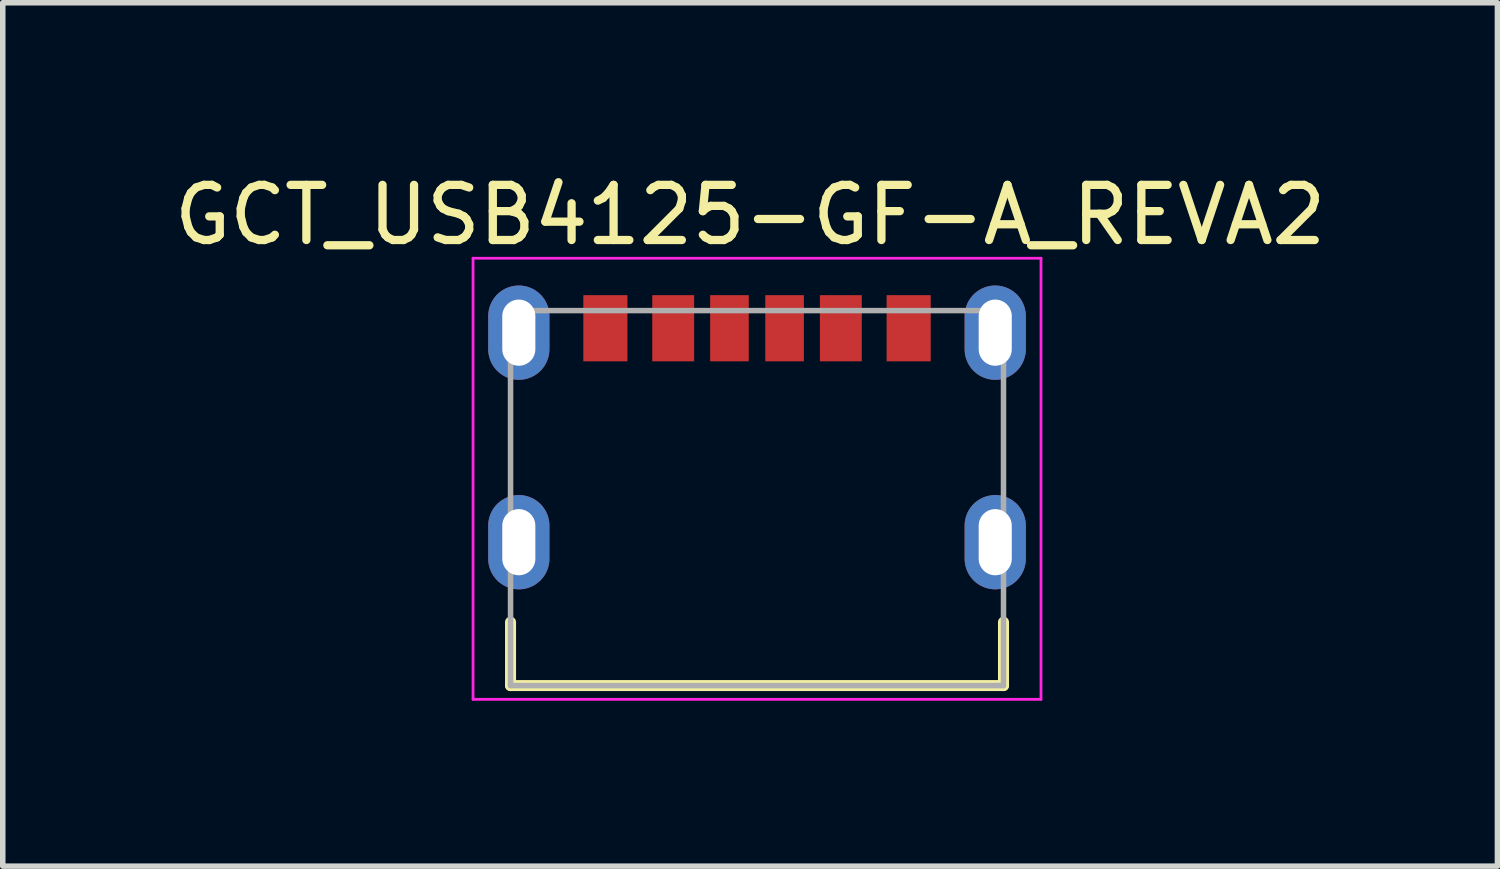
<source format=kicad_pcb>
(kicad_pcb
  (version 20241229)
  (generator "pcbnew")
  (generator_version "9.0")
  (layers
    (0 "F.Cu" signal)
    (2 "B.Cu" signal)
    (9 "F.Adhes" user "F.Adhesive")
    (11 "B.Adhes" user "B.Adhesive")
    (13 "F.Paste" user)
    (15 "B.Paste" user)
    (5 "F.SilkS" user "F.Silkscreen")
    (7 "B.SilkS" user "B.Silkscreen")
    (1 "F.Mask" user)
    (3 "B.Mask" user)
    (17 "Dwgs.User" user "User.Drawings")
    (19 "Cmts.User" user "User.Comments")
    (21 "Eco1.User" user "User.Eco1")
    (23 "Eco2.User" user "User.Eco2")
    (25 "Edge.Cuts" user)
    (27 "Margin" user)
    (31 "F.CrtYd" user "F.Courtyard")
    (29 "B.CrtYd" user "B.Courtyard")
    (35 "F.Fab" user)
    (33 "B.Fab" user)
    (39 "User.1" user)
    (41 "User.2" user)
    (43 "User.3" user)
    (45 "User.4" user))
  (footprint "GCT_USB4125-GF-A_REVA2"
    (layer "F.Cu")
    (at 10.679 5.983)
    (property "Reference" "GCT_USB4125-GF-A_REVA2" (at -0.125 -5.135 0) (layer "F.SilkS") (effects (font (size 1 1) (thickness 0.15))))
    (attr smd)
    (fp_poly (pts (xy -4.97 -3.3) (xy -4.97 -2.7) (xy -4.969 -2.666) (xy -4.966 -2.632) (xy -4.962 -2.598) (xy -4.956 -2.565) (xy -4.948 -2.532) (xy -4.938 -2.499) (xy -4.927 -2.467) (xy -4.914 -2.436) (xy -4.899 -2.405) (xy -4.883 -2.375) (xy -4.865 -2.346) (xy -4.846 -2.318) (xy -4.825 -2.291) (xy -4.803 -2.265) (xy -4.78 -2.24) (xy -4.755 -2.217) (xy -4.729 -2.195) (xy -4.702 -2.174) (xy -4.674 -2.155) (xy -4.645 -2.137) (xy -4.615 -2.121) (xy -4.584 -2.106) (xy -4.553 -2.093) (xy -4.521 -2.082) (xy -4.488 -2.072) (xy -4.455 -2.064) (xy -4.422 -2.058) (xy -4.388 -2.054) (xy -4.354 -2.051) (xy -4.32 -2.05) (xy -4.286 -2.051) (xy -4.252 -2.054) (xy -4.218 -2.058) (xy -4.185 -2.064) (xy -4.152 -2.072) (xy -4.119 -2.082) (xy -4.087 -2.093) (xy -4.056 -2.106) (xy -4.025 -2.121) (xy -3.995 -2.137) (xy -3.966 -2.155) (xy -3.938 -2.174) (xy -3.911 -2.195) (xy -3.885 -2.217) (xy -3.86 -2.24) (xy -3.837 -2.265) (xy -3.815 -2.291) (xy -3.794 -2.318) (xy -3.775 -2.346) (xy -3.757 -2.375) (xy -3.741 -2.405) (xy -3.726 -2.436) (xy -3.713 -2.467) (xy -3.702 -2.499) (xy -3.692 -2.532) (xy -3.684 -2.565) (xy -3.678 -2.598) (xy -3.674 -2.632) (xy -3.671 -2.666) (xy -3.67 -2.7) (xy -3.67 -3.3) (xy -3.671 -3.334) (xy -3.674 -3.368) (xy -3.678 -3.402) (xy -3.684 -3.435) (xy -3.692 -3.468) (xy -3.702 -3.501) (xy -3.713 -3.533) (xy -3.726 -3.564) (xy -3.741 -3.595) (xy -3.757 -3.625) (xy -3.775 -3.654) (xy -3.794 -3.682) (xy -3.815 -3.709) (xy -3.837 -3.735) (xy -3.86 -3.76) (xy -3.885 -3.783) (xy -3.911 -3.805) (xy -3.938 -3.826) (xy -3.966 -3.845) (xy -3.995 -3.863) (xy -4.025 -3.879) (xy -4.056 -3.894) (xy -4.087 -3.907) (xy -4.119 -3.918) (xy -4.152 -3.928) (xy -4.185 -3.936) (xy -4.218 -3.942) (xy -4.252 -3.946) (xy -4.286 -3.949) (xy -4.32 -3.95) (xy -4.354 -3.949) (xy -4.388 -3.946) (xy -4.422 -3.942) (xy -4.455 -3.936) (xy -4.488 -3.928) (xy -4.521 -3.918) (xy -4.553 -3.907) (xy -4.584 -3.894) (xy -4.615 -3.879) (xy -4.645 -3.863) (xy -4.674 -3.845) (xy -4.702 -3.826) (xy -4.729 -3.805) (xy -4.755 -3.783) (xy -4.78 -3.76) (xy -4.803 -3.735) (xy -4.825 -3.709) (xy -4.846 -3.682) (xy -4.865 -3.654) (xy -4.883 -3.625) (xy -4.899 -3.595) (xy -4.914 -3.564) (xy -4.927 -3.533) (xy -4.938 -3.501) (xy -4.948 -3.468) (xy -4.956 -3.435) (xy -4.962 -3.402) (xy -4.966 -3.368) (xy -4.969 -3.334) (xy -4.97 -3.3)) (stroke (width 0.01) (type solid)) (fill yes) (layer "F.Mask"))
    (fp_poly (pts (xy -4.97 0.5) (xy -4.97 1.1) (xy -4.969 1.134) (xy -4.966 1.168) (xy -4.962 1.202) (xy -4.956 1.235) (xy -4.948 1.268) (xy -4.938 1.301) (xy -4.927 1.333) (xy -4.914 1.364) (xy -4.899 1.395) (xy -4.883 1.425) (xy -4.865 1.454) (xy -4.846 1.482) (xy -4.825 1.509) (xy -4.803 1.535) (xy -4.78 1.56) (xy -4.755 1.583) (xy -4.729 1.605) (xy -4.702 1.626) (xy -4.674 1.645) (xy -4.645 1.663) (xy -4.615 1.679) (xy -4.584 1.694) (xy -4.553 1.707) (xy -4.521 1.718) (xy -4.488 1.728) (xy -4.455 1.736) (xy -4.422 1.742) (xy -4.388 1.746) (xy -4.354 1.749) (xy -4.32 1.75) (xy -4.286 1.749) (xy -4.252 1.746) (xy -4.218 1.742) (xy -4.185 1.736) (xy -4.152 1.728) (xy -4.119 1.718) (xy -4.087 1.707) (xy -4.056 1.694) (xy -4.025 1.679) (xy -3.995 1.663) (xy -3.966 1.645) (xy -3.938 1.626) (xy -3.911 1.605) (xy -3.885 1.583) (xy -3.86 1.56) (xy -3.837 1.535) (xy -3.815 1.509) (xy -3.794 1.482) (xy -3.775 1.454) (xy -3.757 1.425) (xy -3.741 1.395) (xy -3.726 1.364) (xy -3.713 1.333) (xy -3.702 1.301) (xy -3.692 1.268) (xy -3.684 1.235) (xy -3.678 1.202) (xy -3.674 1.168) (xy -3.671 1.134) (xy -3.67 1.1) (xy -3.67 0.5) (xy -3.671 0.466) (xy -3.674 0.432) (xy -3.678 0.398) (xy -3.684 0.365) (xy -3.692 0.332) (xy -3.702 0.299) (xy -3.713 0.267) (xy -3.726 0.236) (xy -3.741 0.205) (xy -3.757 0.175) (xy -3.775 0.146) (xy -3.794 0.118) (xy -3.815 0.091) (xy -3.837 0.065) (xy -3.86 0.04) (xy -3.885 0.017) (xy -3.911 -0.005) (xy -3.938 -0.026) (xy -3.966 -0.045) (xy -3.995 -0.063) (xy -4.025 -0.079) (xy -4.056 -0.094) (xy -4.087 -0.107) (xy -4.119 -0.118) (xy -4.152 -0.128) (xy -4.185 -0.136) (xy -4.218 -0.142) (xy -4.252 -0.146) (xy -4.286 -0.149) (xy -4.32 -0.15) (xy -4.354 -0.149) (xy -4.388 -0.146) (xy -4.422 -0.142) (xy -4.455 -0.136) (xy -4.488 -0.128) (xy -4.521 -0.118) (xy -4.553 -0.107) (xy -4.584 -0.094) (xy -4.615 -0.079) (xy -4.645 -0.063) (xy -4.674 -0.045) (xy -4.702 -0.026) (xy -4.729 -0.005) (xy -4.755 0.017) (xy -4.78 0.04) (xy -4.803 0.065) (xy -4.825 0.091) (xy -4.846 0.118) (xy -4.865 0.146) (xy -4.883 0.175) (xy -4.899 0.205) (xy -4.914 0.236) (xy -4.927 0.267) (xy -4.938 0.299) (xy -4.948 0.332) (xy -4.956 0.365) (xy -4.962 0.398) (xy -4.966 0.432) (xy -4.969 0.466) (xy -4.97 0.5)) (stroke (width 0.01) (type solid)) (fill yes) (layer "F.Mask"))
    (fp_poly (pts (xy 3.67 -3.3) (xy 3.67 -2.7) (xy 3.671 -2.666) (xy 3.674 -2.632) (xy 3.678 -2.598) (xy 3.684 -2.565) (xy 3.692 -2.532) (xy 3.702 -2.499) (xy 3.713 -2.467) (xy 3.726 -2.436) (xy 3.741 -2.405) (xy 3.757 -2.375) (xy 3.775 -2.346) (xy 3.794 -2.318) (xy 3.815 -2.291) (xy 3.837 -2.265) (xy 3.86 -2.24) (xy 3.885 -2.217) (xy 3.911 -2.195) (xy 3.938 -2.174) (xy 3.966 -2.155) (xy 3.995 -2.137) (xy 4.025 -2.121) (xy 4.056 -2.106) (xy 4.087 -2.093) (xy 4.119 -2.082) (xy 4.152 -2.072) (xy 4.185 -2.064) (xy 4.218 -2.058) (xy 4.252 -2.054) (xy 4.286 -2.051) (xy 4.32 -2.05) (xy 4.354 -2.051) (xy 4.388 -2.054) (xy 4.422 -2.058) (xy 4.455 -2.064) (xy 4.488 -2.072) (xy 4.521 -2.082) (xy 4.553 -2.093) (xy 4.584 -2.106) (xy 4.615 -2.121) (xy 4.645 -2.137) (xy 4.674 -2.155) (xy 4.702 -2.174) (xy 4.729 -2.195) (xy 4.755 -2.217) (xy 4.78 -2.24) (xy 4.803 -2.265) (xy 4.825 -2.291) (xy 4.846 -2.318) (xy 4.865 -2.346) (xy 4.883 -2.375) (xy 4.899 -2.405) (xy 4.914 -2.436) (xy 4.927 -2.467) (xy 4.938 -2.499) (xy 4.948 -2.532) (xy 4.956 -2.565) (xy 4.962 -2.598) (xy 4.966 -2.632) (xy 4.969 -2.666) (xy 4.97 -2.7) (xy 4.97 -3.3) (xy 4.969 -3.334) (xy 4.966 -3.368) (xy 4.962 -3.402) (xy 4.956 -3.435) (xy 4.948 -3.468) (xy 4.938 -3.501) (xy 4.927 -3.533) (xy 4.914 -3.564) (xy 4.899 -3.595) (xy 4.883 -3.625) (xy 4.865 -3.654) (xy 4.846 -3.682) (xy 4.825 -3.709) (xy 4.803 -3.735) (xy 4.78 -3.76) (xy 4.755 -3.783) (xy 4.729 -3.805) (xy 4.702 -3.826) (xy 4.674 -3.845) (xy 4.645 -3.863) (xy 4.615 -3.879) (xy 4.584 -3.894) (xy 4.553 -3.907) (xy 4.521 -3.918) (xy 4.488 -3.928) (xy 4.455 -3.936) (xy 4.422 -3.942) (xy 4.388 -3.946) (xy 4.354 -3.949) (xy 4.32 -3.95) (xy 4.286 -3.949) (xy 4.252 -3.946) (xy 4.218 -3.942) (xy 4.185 -3.936) (xy 4.152 -3.928) (xy 4.119 -3.918) (xy 4.087 -3.907) (xy 4.056 -3.894) (xy 4.025 -3.879) (xy 3.995 -3.863) (xy 3.966 -3.845) (xy 3.938 -3.826) (xy 3.911 -3.805) (xy 3.885 -3.783) (xy 3.86 -3.76) (xy 3.837 -3.735) (xy 3.815 -3.709) (xy 3.794 -3.682) (xy 3.775 -3.654) (xy 3.757 -3.625) (xy 3.741 -3.595) (xy 3.726 -3.564) (xy 3.713 -3.533) (xy 3.702 -3.501) (xy 3.692 -3.468) (xy 3.684 -3.435) (xy 3.678 -3.402) (xy 3.674 -3.368) (xy 3.671 -3.334) (xy 3.67 -3.3)) (stroke (width 0.01) (type solid)) (fill yes) (layer "F.Mask"))
    (fp_poly (pts (xy 3.67 0.5) (xy 3.67 1.1) (xy 3.671 1.134) (xy 3.674 1.168) (xy 3.678 1.202) (xy 3.684 1.235) (xy 3.692 1.268) (xy 3.702 1.301) (xy 3.713 1.333) (xy 3.726 1.364) (xy 3.741 1.395) (xy 3.757 1.425) (xy 3.775 1.454) (xy 3.794 1.482) (xy 3.815 1.509) (xy 3.837 1.535) (xy 3.86 1.56) (xy 3.885 1.583) (xy 3.911 1.605) (xy 3.938 1.626) (xy 3.966 1.645) (xy 3.995 1.663) (xy 4.025 1.679) (xy 4.056 1.694) (xy 4.087 1.707) (xy 4.119 1.718) (xy 4.152 1.728) (xy 4.185 1.736) (xy 4.218 1.742) (xy 4.252 1.746) (xy 4.286 1.749) (xy 4.32 1.75) (xy 4.354 1.749) (xy 4.388 1.746) (xy 4.422 1.742) (xy 4.455 1.736) (xy 4.488 1.728) (xy 4.521 1.718) (xy 4.553 1.707) (xy 4.584 1.694) (xy 4.615 1.679) (xy 4.645 1.663) (xy 4.674 1.645) (xy 4.702 1.626) (xy 4.729 1.605) (xy 4.755 1.583) (xy 4.78 1.56) (xy 4.803 1.535) (xy 4.825 1.509) (xy 4.846 1.482) (xy 4.865 1.454) (xy 4.883 1.425) (xy 4.899 1.395) (xy 4.914 1.364) (xy 4.927 1.333) (xy 4.938 1.301) (xy 4.948 1.268) (xy 4.956 1.235) (xy 4.962 1.202) (xy 4.966 1.168) (xy 4.969 1.134) (xy 4.97 1.1) (xy 4.97 0.5) (xy 4.969 0.466) (xy 4.966 0.432) (xy 4.962 0.398) (xy 4.956 0.365) (xy 4.948 0.332) (xy 4.938 0.299) (xy 4.927 0.267) (xy 4.914 0.236) (xy 4.899 0.205) (xy 4.883 0.175) (xy 4.865 0.146) (xy 4.846 0.118) (xy 4.825 0.091) (xy 4.803 0.065) (xy 4.78 0.04) (xy 4.755 0.017) (xy 4.729 -0.005) (xy 4.702 -0.026) (xy 4.674 -0.045) (xy 4.645 -0.063) (xy 4.615 -0.079) (xy 4.584 -0.094) (xy 4.553 -0.107) (xy 4.521 -0.118) (xy 4.488 -0.128) (xy 4.455 -0.136) (xy 4.422 -0.142) (xy 4.388 -0.146) (xy 4.354 -0.149) (xy 4.32 -0.15) (xy 4.286 -0.149) (xy 4.252 -0.146) (xy 4.218 -0.142) (xy 4.185 -0.136) (xy 4.152 -0.128) (xy 4.119 -0.118) (xy 4.087 -0.107) (xy 4.056 -0.094) (xy 4.025 -0.079) (xy 3.995 -0.063) (xy 3.966 -0.045) (xy 3.938 -0.026) (xy 3.911 -0.005) (xy 3.885 0.017) (xy 3.86 0.04) (xy 3.837 0.065) (xy 3.815 0.091) (xy 3.794 0.118) (xy 3.775 0.146) (xy 3.757 0.175) (xy 3.741 0.205) (xy 3.726 0.236) (xy 3.713 0.267) (xy 3.702 0.299) (xy 3.692 0.332) (xy 3.684 0.365) (xy 3.678 0.398) (xy 3.674 0.432) (xy 3.671 0.466) (xy 3.67 0.5)) (stroke (width 0.01) (type solid)) (fill yes) (layer "F.Mask"))
    (fp_poly (pts (xy -4.97 -3.3) (xy -4.97 -2.7) (xy -4.969 -2.666) (xy -4.966 -2.632) (xy -4.962 -2.598) (xy -4.956 -2.565) (xy -4.948 -2.532) (xy -4.938 -2.499) (xy -4.927 -2.467) (xy -4.914 -2.436) (xy -4.899 -2.405) (xy -4.883 -2.375) (xy -4.865 -2.346) (xy -4.846 -2.318) (xy -4.825 -2.291) (xy -4.803 -2.265) (xy -4.78 -2.24) (xy -4.755 -2.217) (xy -4.729 -2.195) (xy -4.702 -2.174) (xy -4.674 -2.155) (xy -4.645 -2.137) (xy -4.615 -2.121) (xy -4.584 -2.106) (xy -4.553 -2.093) (xy -4.521 -2.082) (xy -4.488 -2.072) (xy -4.455 -2.064) (xy -4.422 -2.058) (xy -4.388 -2.054) (xy -4.354 -2.051) (xy -4.32 -2.05) (xy -4.286 -2.051) (xy -4.252 -2.054) (xy -4.218 -2.058) (xy -4.185 -2.064) (xy -4.152 -2.072) (xy -4.119 -2.082) (xy -4.087 -2.093) (xy -4.056 -2.106) (xy -4.025 -2.121) (xy -3.995 -2.137) (xy -3.966 -2.155) (xy -3.938 -2.174) (xy -3.911 -2.195) (xy -3.885 -2.217) (xy -3.86 -2.24) (xy -3.837 -2.265) (xy -3.815 -2.291) (xy -3.794 -2.318) (xy -3.775 -2.346) (xy -3.757 -2.375) (xy -3.741 -2.405) (xy -3.726 -2.436) (xy -3.713 -2.467) (xy -3.702 -2.499) (xy -3.692 -2.532) (xy -3.684 -2.565) (xy -3.678 -2.598) (xy -3.674 -2.632) (xy -3.671 -2.666) (xy -3.67 -2.7) (xy -3.67 -3.3) (xy -3.671 -3.334) (xy -3.674 -3.368) (xy -3.678 -3.402) (xy -3.684 -3.435) (xy -3.692 -3.468) (xy -3.702 -3.501) (xy -3.713 -3.533) (xy -3.726 -3.564) (xy -3.741 -3.595) (xy -3.757 -3.625) (xy -3.775 -3.654) (xy -3.794 -3.682) (xy -3.815 -3.709) (xy -3.837 -3.735) (xy -3.86 -3.76) (xy -3.885 -3.783) (xy -3.911 -3.805) (xy -3.938 -3.826) (xy -3.966 -3.845) (xy -3.995 -3.863) (xy -4.025 -3.879) (xy -4.056 -3.894) (xy -4.087 -3.907) (xy -4.119 -3.918) (xy -4.152 -3.928) (xy -4.185 -3.936) (xy -4.218 -3.942) (xy -4.252 -3.946) (xy -4.286 -3.949) (xy -4.32 -3.95) (xy -4.354 -3.949) (xy -4.388 -3.946) (xy -4.422 -3.942) (xy -4.455 -3.936) (xy -4.488 -3.928) (xy -4.521 -3.918) (xy -4.553 -3.907) (xy -4.584 -3.894) (xy -4.615 -3.879) (xy -4.645 -3.863) (xy -4.674 -3.845) (xy -4.702 -3.826) (xy -4.729 -3.805) (xy -4.755 -3.783) (xy -4.78 -3.76) (xy -4.803 -3.735) (xy -4.825 -3.709) (xy -4.846 -3.682) (xy -4.865 -3.654) (xy -4.883 -3.625) (xy -4.899 -3.595) (xy -4.914 -3.564) (xy -4.927 -3.533) (xy -4.938 -3.501) (xy -4.948 -3.468) (xy -4.956 -3.435) (xy -4.962 -3.402) (xy -4.966 -3.368) (xy -4.969 -3.334) (xy -4.97 -3.3)) (stroke (width 0.01) (type solid)) (fill yes) (layer "B.Mask"))
    (fp_poly (pts (xy -4.97 0.5) (xy -4.97 1.1) (xy -4.969 1.134) (xy -4.966 1.168) (xy -4.962 1.202) (xy -4.956 1.235) (xy -4.948 1.268) (xy -4.938 1.301) (xy -4.927 1.333) (xy -4.914 1.364) (xy -4.899 1.395) (xy -4.883 1.425) (xy -4.865 1.454) (xy -4.846 1.482) (xy -4.825 1.509) (xy -4.803 1.535) (xy -4.78 1.56) (xy -4.755 1.583) (xy -4.729 1.605) (xy -4.702 1.626) (xy -4.674 1.645) (xy -4.645 1.663) (xy -4.615 1.679) (xy -4.584 1.694) (xy -4.553 1.707) (xy -4.521 1.718) (xy -4.488 1.728) (xy -4.455 1.736) (xy -4.422 1.742) (xy -4.388 1.746) (xy -4.354 1.749) (xy -4.32 1.75) (xy -4.286 1.749) (xy -4.252 1.746) (xy -4.218 1.742) (xy -4.185 1.736) (xy -4.152 1.728) (xy -4.119 1.718) (xy -4.087 1.707) (xy -4.056 1.694) (xy -4.025 1.679) (xy -3.995 1.663) (xy -3.966 1.645) (xy -3.938 1.626) (xy -3.911 1.605) (xy -3.885 1.583) (xy -3.86 1.56) (xy -3.837 1.535) (xy -3.815 1.509) (xy -3.794 1.482) (xy -3.775 1.454) (xy -3.757 1.425) (xy -3.741 1.395) (xy -3.726 1.364) (xy -3.713 1.333) (xy -3.702 1.301) (xy -3.692 1.268) (xy -3.684 1.235) (xy -3.678 1.202) (xy -3.674 1.168) (xy -3.671 1.134) (xy -3.67 1.1) (xy -3.67 0.5) (xy -3.671 0.466) (xy -3.674 0.432) (xy -3.678 0.398) (xy -3.684 0.365) (xy -3.692 0.332) (xy -3.702 0.299) (xy -3.713 0.267) (xy -3.726 0.236) (xy -3.741 0.205) (xy -3.757 0.175) (xy -3.775 0.146) (xy -3.794 0.118) (xy -3.815 0.091) (xy -3.837 0.065) (xy -3.86 0.04) (xy -3.885 0.017) (xy -3.911 -0.005) (xy -3.938 -0.026) (xy -3.966 -0.045) (xy -3.995 -0.063) (xy -4.025 -0.079) (xy -4.056 -0.094) (xy -4.087 -0.107) (xy -4.119 -0.118) (xy -4.152 -0.128) (xy -4.185 -0.136) (xy -4.218 -0.142) (xy -4.252 -0.146) (xy -4.286 -0.149) (xy -4.32 -0.15) (xy -4.354 -0.149) (xy -4.388 -0.146) (xy -4.422 -0.142) (xy -4.455 -0.136) (xy -4.488 -0.128) (xy -4.521 -0.118) (xy -4.553 -0.107) (xy -4.584 -0.094) (xy -4.615 -0.079) (xy -4.645 -0.063) (xy -4.674 -0.045) (xy -4.702 -0.026) (xy -4.729 -0.005) (xy -4.755 0.017) (xy -4.78 0.04) (xy -4.803 0.065) (xy -4.825 0.091) (xy -4.846 0.118) (xy -4.865 0.146) (xy -4.883 0.175) (xy -4.899 0.205) (xy -4.914 0.236) (xy -4.927 0.267) (xy -4.938 0.299) (xy -4.948 0.332) (xy -4.956 0.365) (xy -4.962 0.398) (xy -4.966 0.432) (xy -4.969 0.466) (xy -4.97 0.5)) (stroke (width 0.01) (type solid)) (fill yes) (layer "B.Mask"))
    (fp_poly (pts (xy 3.67 -3.3) (xy 3.67 -2.7) (xy 3.671 -2.666) (xy 3.674 -2.632) (xy 3.678 -2.598) (xy 3.684 -2.565) (xy 3.692 -2.532) (xy 3.702 -2.499) (xy 3.713 -2.467) (xy 3.726 -2.436) (xy 3.741 -2.405) (xy 3.757 -2.375) (xy 3.775 -2.346) (xy 3.794 -2.318) (xy 3.815 -2.291) (xy 3.837 -2.265) (xy 3.86 -2.24) (xy 3.885 -2.217) (xy 3.911 -2.195) (xy 3.938 -2.174) (xy 3.966 -2.155) (xy 3.995 -2.137) (xy 4.025 -2.121) (xy 4.056 -2.106) (xy 4.087 -2.093) (xy 4.119 -2.082) (xy 4.152 -2.072) (xy 4.185 -2.064) (xy 4.218 -2.058) (xy 4.252 -2.054) (xy 4.286 -2.051) (xy 4.32 -2.05) (xy 4.354 -2.051) (xy 4.388 -2.054) (xy 4.422 -2.058) (xy 4.455 -2.064) (xy 4.488 -2.072) (xy 4.521 -2.082) (xy 4.553 -2.093) (xy 4.584 -2.106) (xy 4.615 -2.121) (xy 4.645 -2.137) (xy 4.674 -2.155) (xy 4.702 -2.174) (xy 4.729 -2.195) (xy 4.755 -2.217) (xy 4.78 -2.24) (xy 4.803 -2.265) (xy 4.825 -2.291) (xy 4.846 -2.318) (xy 4.865 -2.346) (xy 4.883 -2.375) (xy 4.899 -2.405) (xy 4.914 -2.436) (xy 4.927 -2.467) (xy 4.938 -2.499) (xy 4.948 -2.532) (xy 4.956 -2.565) (xy 4.962 -2.598) (xy 4.966 -2.632) (xy 4.969 -2.666) (xy 4.97 -2.7) (xy 4.97 -3.3) (xy 4.969 -3.334) (xy 4.966 -3.368) (xy 4.962 -3.402) (xy 4.956 -3.435) (xy 4.948 -3.468) (xy 4.938 -3.501) (xy 4.927 -3.533) (xy 4.914 -3.564) (xy 4.899 -3.595) (xy 4.883 -3.625) (xy 4.865 -3.654) (xy 4.846 -3.682) (xy 4.825 -3.709) (xy 4.803 -3.735) (xy 4.78 -3.76) (xy 4.755 -3.783) (xy 4.729 -3.805) (xy 4.702 -3.826) (xy 4.674 -3.845) (xy 4.645 -3.863) (xy 4.615 -3.879) (xy 4.584 -3.894) (xy 4.553 -3.907) (xy 4.521 -3.918) (xy 4.488 -3.928) (xy 4.455 -3.936) (xy 4.422 -3.942) (xy 4.388 -3.946) (xy 4.354 -3.949) (xy 4.32 -3.95) (xy 4.286 -3.949) (xy 4.252 -3.946) (xy 4.218 -3.942) (xy 4.185 -3.936) (xy 4.152 -3.928) (xy 4.119 -3.918) (xy 4.087 -3.907) (xy 4.056 -3.894) (xy 4.025 -3.879) (xy 3.995 -3.863) (xy 3.966 -3.845) (xy 3.938 -3.826) (xy 3.911 -3.805) (xy 3.885 -3.783) (xy 3.86 -3.76) (xy 3.837 -3.735) (xy 3.815 -3.709) (xy 3.794 -3.682) (xy 3.775 -3.654) (xy 3.757 -3.625) (xy 3.741 -3.595) (xy 3.726 -3.564) (xy 3.713 -3.533) (xy 3.702 -3.501) (xy 3.692 -3.468) (xy 3.684 -3.435) (xy 3.678 -3.402) (xy 3.674 -3.368) (xy 3.671 -3.334) (xy 3.67 -3.3)) (stroke (width 0.01) (type solid)) (fill yes) (layer "B.Mask"))
    (fp_poly (pts (xy 3.67 0.5) (xy 3.67 1.1) (xy 3.671 1.134) (xy 3.674 1.168) (xy 3.678 1.202) (xy 3.684 1.235) (xy 3.692 1.268) (xy 3.702 1.301) (xy 3.713 1.333) (xy 3.726 1.364) (xy 3.741 1.395) (xy 3.757 1.425) (xy 3.775 1.454) (xy 3.794 1.482) (xy 3.815 1.509) (xy 3.837 1.535) (xy 3.86 1.56) (xy 3.885 1.583) (xy 3.911 1.605) (xy 3.938 1.626) (xy 3.966 1.645) (xy 3.995 1.663) (xy 4.025 1.679) (xy 4.056 1.694) (xy 4.087 1.707) (xy 4.119 1.718) (xy 4.152 1.728) (xy 4.185 1.736) (xy 4.218 1.742) (xy 4.252 1.746) (xy 4.286 1.749) (xy 4.32 1.75) (xy 4.354 1.749) (xy 4.388 1.746) (xy 4.422 1.742) (xy 4.455 1.736) (xy 4.488 1.728) (xy 4.521 1.718) (xy 4.553 1.707) (xy 4.584 1.694) (xy 4.615 1.679) (xy 4.645 1.663) (xy 4.674 1.645) (xy 4.702 1.626) (xy 4.729 1.605) (xy 4.755 1.583) (xy 4.78 1.56) (xy 4.803 1.535) (xy 4.825 1.509) (xy 4.846 1.482) (xy 4.865 1.454) (xy 4.883 1.425) (xy 4.899 1.395) (xy 4.914 1.364) (xy 4.927 1.333) (xy 4.938 1.301) (xy 4.948 1.268) (xy 4.956 1.235) (xy 4.962 1.202) (xy 4.966 1.168) (xy 4.969 1.134) (xy 4.97 1.1) (xy 4.97 0.5) (xy 4.969 0.466) (xy 4.966 0.432) (xy 4.962 0.398) (xy 4.956 0.365) (xy 4.948 0.332) (xy 4.938 0.299) (xy 4.927 0.267) (xy 4.914 0.236) (xy 4.899 0.205) (xy 4.883 0.175) (xy 4.865 0.146) (xy 4.846 0.118) (xy 4.825 0.091) (xy 4.803 0.065) (xy 4.78 0.04) (xy 4.755 0.017) (xy 4.729 -0.005) (xy 4.702 -0.026) (xy 4.674 -0.045) (xy 4.645 -0.063) (xy 4.615 -0.079) (xy 4.584 -0.094) (xy 4.553 -0.107) (xy 4.521 -0.118) (xy 4.488 -0.128) (xy 4.455 -0.136) (xy 4.422 -0.142) (xy 4.388 -0.146) (xy 4.354 -0.149) (xy 4.32 -0.15) (xy 4.286 -0.149) (xy 4.252 -0.146) (xy 4.218 -0.142) (xy 4.185 -0.136) (xy 4.152 -0.128) (xy 4.119 -0.118) (xy 4.087 -0.107) (xy 4.056 -0.094) (xy 4.025 -0.079) (xy 3.995 -0.063) (xy 3.966 -0.045) (xy 3.938 -0.026) (xy 3.911 -0.005) (xy 3.885 0.017) (xy 3.86 0.04) (xy 3.837 0.065) (xy 3.815 0.091) (xy 3.794 0.118) (xy 3.775 0.146) (xy 3.757 0.175) (xy 3.741 0.205) (xy 3.726 0.236) (xy 3.713 0.267) (xy 3.702 0.299) (xy 3.692 0.332) (xy 3.684 0.365) (xy 3.678 0.398) (xy 3.674 0.432) (xy 3.671 0.466) (xy 3.67 0.5)) (stroke (width 0.01) (type solid)) (fill yes) (layer "B.Mask"))
    (fp_line (start -4.47 2.25) (end -4.47 3.4) (stroke (width 0.2) (type solid)) (layer "F.SilkS"))
    (fp_line (start -4.47 3.4) (end 4.47 3.4) (stroke (width 0.2) (type solid)) (layer "F.SilkS"))
    (fp_line (start 4.47 3.4) (end 4.47 2.25) (stroke (width 0.2) (type solid)) (layer "F.SilkS"))
    (fp_line (start -5.15 -4.35) (end 5.15 -4.35) (stroke (width 0.05) (type solid)) (layer "F.CrtYd"))
    (fp_line (start -5.15 3.65) (end -5.15 -4.35) (stroke (width 0.05) (type solid)) (layer "F.CrtYd"))
    (fp_line (start 5.15 -4.35) (end 5.15 3.65) (stroke (width 0.05) (type solid)) (layer "F.CrtYd"))
    (fp_line (start 5.15 3.65) (end -5.15 3.65) (stroke (width 0.05) (type solid)) (layer "F.CrtYd"))
    (fp_line (start -4.47 -3.4) (end 4.47 -3.4) (stroke (width 0.1) (type solid)) (layer "F.Fab"))
    (fp_line (start -4.47 3.4) (end -4.47 -3.4) (stroke (width 0.1) (type solid)) (layer "F.Fab"))
    (fp_line (start 4.47 -3.4) (end 4.47 3.4) (stroke (width 0.1) (type solid)) (layer "F.Fab"))
    (fp_line (start 4.47 3.4) (end -4.47 3.4) (stroke (width 0.1) (type solid)) (layer "F.Fab"))
    (pad "A5" smd rect (at -0.5 -3.08) (size 0.7 1.2) (layers "F.Cu" "F.Mask" "F.Paste"))
    (pad "A9" smd rect (at 1.52 -3.08) (size 0.76 1.2) (layers "F.Cu" "F.Mask" "F.Paste"))
    (pad "A12" smd rect (at 2.75 -3.08) (size 0.8 1.2) (layers "F.Cu" "F.Mask" "F.Paste"))
    (pad "B5" smd rect (at 0.5 -3.08) (size 0.7 1.2) (layers "F.Cu" "F.Mask" "F.Paste"))
    (pad "B9" smd rect (at -1.52 -3.08) (size 0.76 1.2) (layers "F.Cu" "F.Mask" "F.Paste"))
    (pad "B12" smd rect (at -2.75 -3.08) (size 0.8 1.2) (layers "F.Cu" "F.Mask" "F.Paste"))
    (pad "S1" thru_hole custom (at -4.32 -3) (size 0.8 1.6) (drill oval 0.6 1.2) (layers "*.Cu") (options (anchor circle)) (primitives (gr_poly (pts (xy -0.55 -0.3) (xy -0.55 0.3) (xy -0.549 0.329) (xy -0.547 0.357) (xy -0.543 0.386) (xy -0.538 0.414) (xy -0.531 0.442) (xy -0.523 0.47) (xy -0.513 0.497) (xy -0.502 0.524) (xy -0.49 0.55) (xy -0.476 0.575) (xy -0.461 0.6) (xy -0.445 0.623) (xy -0.427 0.646) (xy -0.409 0.668) (xy -0.389 0.689) (xy -0.368 0.709) (xy -0.346 0.727) (xy -0.323 0.745) (xy -0.3 0.761) (xy -0.275 0.776) (xy -0.25 0.79) (xy -0.224 0.802) (xy -0.197 0.813) (xy -0.17 0.823) (xy -0.142 0.831) (xy -0.114 0.838) (xy -0.086 0.843) (xy -0.057 0.847) (xy -0.029 0.849) (xy 0 0.85) (xy 0.029 0.849) (xy 0.057 0.847) (xy 0.086 0.843) (xy 0.114 0.838) (xy 0.142 0.831) (xy 0.17 0.823) (xy 0.197 0.813) (xy 0.224 0.802) (xy 0.25 0.79) (xy 0.275 0.776) (xy 0.3 0.761) (xy 0.323 0.745) (xy 0.346 0.727) (xy 0.368 0.709) (xy 0.389 0.689) (xy 0.409 0.668) (xy 0.427 0.646) (xy 0.445 0.623) (xy 0.461 0.6) (xy 0.476 0.575) (xy 0.49 0.55) (xy 0.502 0.524) (xy 0.513 0.497) (xy 0.523 0.47) (xy 0.531 0.442) (xy 0.538 0.414) (xy 0.543 0.386) (xy 0.547 0.357) (xy 0.549 0.329) (xy 0.55 0.3) (xy 0.55 -0.3) (xy 0.549 -0.329) (xy 0.547 -0.357) (xy 0.543 -0.386) (xy 0.538 -0.414) (xy 0.531 -0.442) (xy 0.523 -0.47) (xy 0.513 -0.497) (xy 0.502 -0.524) (xy 0.49 -0.55) (xy 0.476 -0.575) (xy 0.461 -0.6) (xy 0.445 -0.623) (xy 0.427 -0.646) (xy 0.409 -0.668) (xy 0.389 -0.689) (xy 0.368 -0.709) (xy 0.346 -0.727) (xy 0.323 -0.745) (xy 0.3 -0.761) (xy 0.275 -0.776) (xy 0.25 -0.79) (xy 0.224 -0.802) (xy 0.197 -0.813) (xy 0.17 -0.823) (xy 0.142 -0.831) (xy 0.114 -0.838) (xy 0.086 -0.843) (xy 0.057 -0.847) (xy 0.029 -0.849) (xy 0 -0.85) (xy -0.029 -0.849) (xy -0.057 -0.847) (xy -0.086 -0.843) (xy -0.114 -0.838) (xy -0.142 -0.831) (xy -0.17 -0.823) (xy -0.197 -0.813) (xy -0.224 -0.802) (xy -0.25 -0.79) (xy -0.275 -0.776) (xy -0.3 -0.761) (xy -0.323 -0.745) (xy -0.346 -0.727) (xy -0.368 -0.709) (xy -0.389 -0.689) (xy -0.409 -0.668) (xy -0.427 -0.646) (xy -0.445 -0.623) (xy -0.461 -0.6) (xy -0.476 -0.575) (xy -0.49 -0.55) (xy -0.502 -0.524) (xy -0.513 -0.497) (xy -0.523 -0.47) (xy -0.531 -0.442) (xy -0.538 -0.414) (xy -0.543 -0.386) (xy -0.547 -0.357) (xy -0.549 -0.329) (xy -0.55 -0.3)) (width 0.01) (fill yes))))
    (pad "S2" thru_hole custom (at 4.32 -3) (size 0.8 1.6) (drill oval 0.6 1.2) (layers "*.Cu") (options (anchor circle)) (primitives (gr_poly (pts (xy -0.55 -0.3) (xy -0.55 0.3) (xy -0.549 0.329) (xy -0.547 0.357) (xy -0.543 0.386) (xy -0.538 0.414) (xy -0.531 0.442) (xy -0.523 0.47) (xy -0.513 0.497) (xy -0.502 0.524) (xy -0.49 0.55) (xy -0.476 0.575) (xy -0.461 0.6) (xy -0.445 0.623) (xy -0.427 0.646) (xy -0.409 0.668) (xy -0.389 0.689) (xy -0.368 0.709) (xy -0.346 0.727) (xy -0.323 0.745) (xy -0.3 0.761) (xy -0.275 0.776) (xy -0.25 0.79) (xy -0.224 0.802) (xy -0.197 0.813) (xy -0.17 0.823) (xy -0.142 0.831) (xy -0.114 0.838) (xy -0.086 0.843) (xy -0.057 0.847) (xy -0.029 0.849) (xy 0 0.85) (xy 0.029 0.849) (xy 0.057 0.847) (xy 0.086 0.843) (xy 0.114 0.838) (xy 0.142 0.831) (xy 0.17 0.823) (xy 0.197 0.813) (xy 0.224 0.802) (xy 0.25 0.79) (xy 0.275 0.776) (xy 0.3 0.761) (xy 0.323 0.745) (xy 0.346 0.727) (xy 0.368 0.709) (xy 0.389 0.689) (xy 0.409 0.668) (xy 0.427 0.646) (xy 0.445 0.623) (xy 0.461 0.6) (xy 0.476 0.575) (xy 0.49 0.55) (xy 0.502 0.524) (xy 0.513 0.497) (xy 0.523 0.47) (xy 0.531 0.442) (xy 0.538 0.414) (xy 0.543 0.386) (xy 0.547 0.357) (xy 0.549 0.329) (xy 0.55 0.3) (xy 0.55 -0.3) (xy 0.549 -0.329) (xy 0.547 -0.357) (xy 0.543 -0.386) (xy 0.538 -0.414) (xy 0.531 -0.442) (xy 0.523 -0.47) (xy 0.513 -0.497) (xy 0.502 -0.524) (xy 0.49 -0.55) (xy 0.476 -0.575) (xy 0.461 -0.6) (xy 0.445 -0.623) (xy 0.427 -0.646) (xy 0.409 -0.668) (xy 0.389 -0.689) (xy 0.368 -0.709) (xy 0.346 -0.727) (xy 0.323 -0.745) (xy 0.3 -0.761) (xy 0.275 -0.776) (xy 0.25 -0.79) (xy 0.224 -0.802) (xy 0.197 -0.813) (xy 0.17 -0.823) (xy 0.142 -0.831) (xy 0.114 -0.838) (xy 0.086 -0.843) (xy 0.057 -0.847) (xy 0.029 -0.849) (xy 0 -0.85) (xy -0.029 -0.849) (xy -0.057 -0.847) (xy -0.086 -0.843) (xy -0.114 -0.838) (xy -0.142 -0.831) (xy -0.17 -0.823) (xy -0.197 -0.813) (xy -0.224 -0.802) (xy -0.25 -0.79) (xy -0.275 -0.776) (xy -0.3 -0.761) (xy -0.323 -0.745) (xy -0.346 -0.727) (xy -0.368 -0.709) (xy -0.389 -0.689) (xy -0.409 -0.668) (xy -0.427 -0.646) (xy -0.445 -0.623) (xy -0.461 -0.6) (xy -0.476 -0.575) (xy -0.49 -0.55) (xy -0.502 -0.524) (xy -0.513 -0.497) (xy -0.523 -0.47) (xy -0.531 -0.442) (xy -0.538 -0.414) (xy -0.543 -0.386) (xy -0.547 -0.357) (xy -0.549 -0.329) (xy -0.55 -0.3)) (width 0.01) (fill yes))))
    (pad "S3" thru_hole custom (at -4.32 0.8) (size 0.8 1.6) (drill oval 0.6 1.2) (layers "*.Cu") (options (anchor circle)) (primitives (gr_poly (pts (xy -0.55 -0.3) (xy -0.55 0.3) (xy -0.549 0.329) (xy -0.547 0.357) (xy -0.543 0.386) (xy -0.538 0.414) (xy -0.531 0.442) (xy -0.523 0.47) (xy -0.513 0.497) (xy -0.502 0.524) (xy -0.49 0.55) (xy -0.476 0.575) (xy -0.461 0.6) (xy -0.445 0.623) (xy -0.427 0.646) (xy -0.409 0.668) (xy -0.389 0.689) (xy -0.368 0.709) (xy -0.346 0.727) (xy -0.323 0.745) (xy -0.3 0.761) (xy -0.275 0.776) (xy -0.25 0.79) (xy -0.224 0.802) (xy -0.197 0.813) (xy -0.17 0.823) (xy -0.142 0.831) (xy -0.114 0.838) (xy -0.086 0.843) (xy -0.057 0.847) (xy -0.029 0.849) (xy 0 0.85) (xy 0.029 0.849) (xy 0.057 0.847) (xy 0.086 0.843) (xy 0.114 0.838) (xy 0.142 0.831) (xy 0.17 0.823) (xy 0.197 0.813) (xy 0.224 0.802) (xy 0.25 0.79) (xy 0.275 0.776) (xy 0.3 0.761) (xy 0.323 0.745) (xy 0.346 0.727) (xy 0.368 0.709) (xy 0.389 0.689) (xy 0.409 0.668) (xy 0.427 0.646) (xy 0.445 0.623) (xy 0.461 0.6) (xy 0.476 0.575) (xy 0.49 0.55) (xy 0.502 0.524) (xy 0.513 0.497) (xy 0.523 0.47) (xy 0.531 0.442) (xy 0.538 0.414) (xy 0.543 0.386) (xy 0.547 0.357) (xy 0.549 0.329) (xy 0.55 0.3) (xy 0.55 -0.3) (xy 0.549 -0.329) (xy 0.547 -0.357) (xy 0.543 -0.386) (xy 0.538 -0.414) (xy 0.531 -0.442) (xy 0.523 -0.47) (xy 0.513 -0.497) (xy 0.502 -0.524) (xy 0.49 -0.55) (xy 0.476 -0.575) (xy 0.461 -0.6) (xy 0.445 -0.623) (xy 0.427 -0.646) (xy 0.409 -0.668) (xy 0.389 -0.689) (xy 0.368 -0.709) (xy 0.346 -0.727) (xy 0.323 -0.745) (xy 0.3 -0.761) (xy 0.275 -0.776) (xy 0.25 -0.79) (xy 0.224 -0.802) (xy 0.197 -0.813) (xy 0.17 -0.823) (xy 0.142 -0.831) (xy 0.114 -0.838) (xy 0.086 -0.843) (xy 0.057 -0.847) (xy 0.029 -0.849) (xy 0 -0.85) (xy -0.029 -0.849) (xy -0.057 -0.847) (xy -0.086 -0.843) (xy -0.114 -0.838) (xy -0.142 -0.831) (xy -0.17 -0.823) (xy -0.197 -0.813) (xy -0.224 -0.802) (xy -0.25 -0.79) (xy -0.275 -0.776) (xy -0.3 -0.761) (xy -0.323 -0.745) (xy -0.346 -0.727) (xy -0.368 -0.709) (xy -0.389 -0.689) (xy -0.409 -0.668) (xy -0.427 -0.646) (xy -0.445 -0.623) (xy -0.461 -0.6) (xy -0.476 -0.575) (xy -0.49 -0.55) (xy -0.502 -0.524) (xy -0.513 -0.497) (xy -0.523 -0.47) (xy -0.531 -0.442) (xy -0.538 -0.414) (xy -0.543 -0.386) (xy -0.547 -0.357) (xy -0.549 -0.329) (xy -0.55 -0.3)) (width 0.01) (fill yes))))
    (pad "S4" thru_hole custom (at 4.32 0.8) (size 0.8 1.6) (drill oval 0.6 1.2) (layers "*.Cu") (options (anchor circle)) (primitives (gr_poly (pts (xy -0.55 -0.3) (xy -0.55 0.3) (xy -0.549 0.329) (xy -0.547 0.357) (xy -0.543 0.386) (xy -0.538 0.414) (xy -0.531 0.442) (xy -0.523 0.47) (xy -0.513 0.497) (xy -0.502 0.524) (xy -0.49 0.55) (xy -0.476 0.575) (xy -0.461 0.6) (xy -0.445 0.623) (xy -0.427 0.646) (xy -0.409 0.668) (xy -0.389 0.689) (xy -0.368 0.709) (xy -0.346 0.727) (xy -0.323 0.745) (xy -0.3 0.761) (xy -0.275 0.776) (xy -0.25 0.79) (xy -0.224 0.802) (xy -0.197 0.813) (xy -0.17 0.823) (xy -0.142 0.831) (xy -0.114 0.838) (xy -0.086 0.843) (xy -0.057 0.847) (xy -0.029 0.849) (xy 0 0.85) (xy 0.029 0.849) (xy 0.057 0.847) (xy 0.086 0.843) (xy 0.114 0.838) (xy 0.142 0.831) (xy 0.17 0.823) (xy 0.197 0.813) (xy 0.224 0.802) (xy 0.25 0.79) (xy 0.275 0.776) (xy 0.3 0.761) (xy 0.323 0.745) (xy 0.346 0.727) (xy 0.368 0.709) (xy 0.389 0.689) (xy 0.409 0.668) (xy 0.427 0.646) (xy 0.445 0.623) (xy 0.461 0.6) (xy 0.476 0.575) (xy 0.49 0.55) (xy 0.502 0.524) (xy 0.513 0.497) (xy 0.523 0.47) (xy 0.531 0.442) (xy 0.538 0.414) (xy 0.543 0.386) (xy 0.547 0.357) (xy 0.549 0.329) (xy 0.55 0.3) (xy 0.55 -0.3) (xy 0.549 -0.329) (xy 0.547 -0.357) (xy 0.543 -0.386) (xy 0.538 -0.414) (xy 0.531 -0.442) (xy 0.523 -0.47) (xy 0.513 -0.497) (xy 0.502 -0.524) (xy 0.49 -0.55) (xy 0.476 -0.575) (xy 0.461 -0.6) (xy 0.445 -0.623) (xy 0.427 -0.646) (xy 0.409 -0.668) (xy 0.389 -0.689) (xy 0.368 -0.709) (xy 0.346 -0.727) (xy 0.323 -0.745) (xy 0.3 -0.761) (xy 0.275 -0.776) (xy 0.25 -0.79) (xy 0.224 -0.802) (xy 0.197 -0.813) (xy 0.17 -0.823) (xy 0.142 -0.831) (xy 0.114 -0.838) (xy 0.086 -0.843) (xy 0.057 -0.847) (xy 0.029 -0.849) (xy 0 -0.85) (xy -0.029 -0.849) (xy -0.057 -0.847) (xy -0.086 -0.843) (xy -0.114 -0.838) (xy -0.142 -0.831) (xy -0.17 -0.823) (xy -0.197 -0.813) (xy -0.224 -0.802) (xy -0.25 -0.79) (xy -0.275 -0.776) (xy -0.3 -0.761) (xy -0.323 -0.745) (xy -0.346 -0.727) (xy -0.368 -0.709) (xy -0.389 -0.689) (xy -0.409 -0.668) (xy -0.427 -0.646) (xy -0.445 -0.623) (xy -0.461 -0.6) (xy -0.476 -0.575) (xy -0.49 -0.55) (xy -0.502 -0.524) (xy -0.513 -0.497) (xy -0.523 -0.47) (xy -0.531 -0.442) (xy -0.538 -0.414) (xy -0.543 -0.386) (xy -0.547 -0.357) (xy -0.549 -0.329) (xy -0.55 -0.3)) (width 0.01) (fill yes)))))
  (gr_rect
    (start -3 -3)
    (end 24.107 12.658)
    (stroke (width 0.1) (type default))
    (fill no)
    (layer "Edge.Cuts")))
</source>
